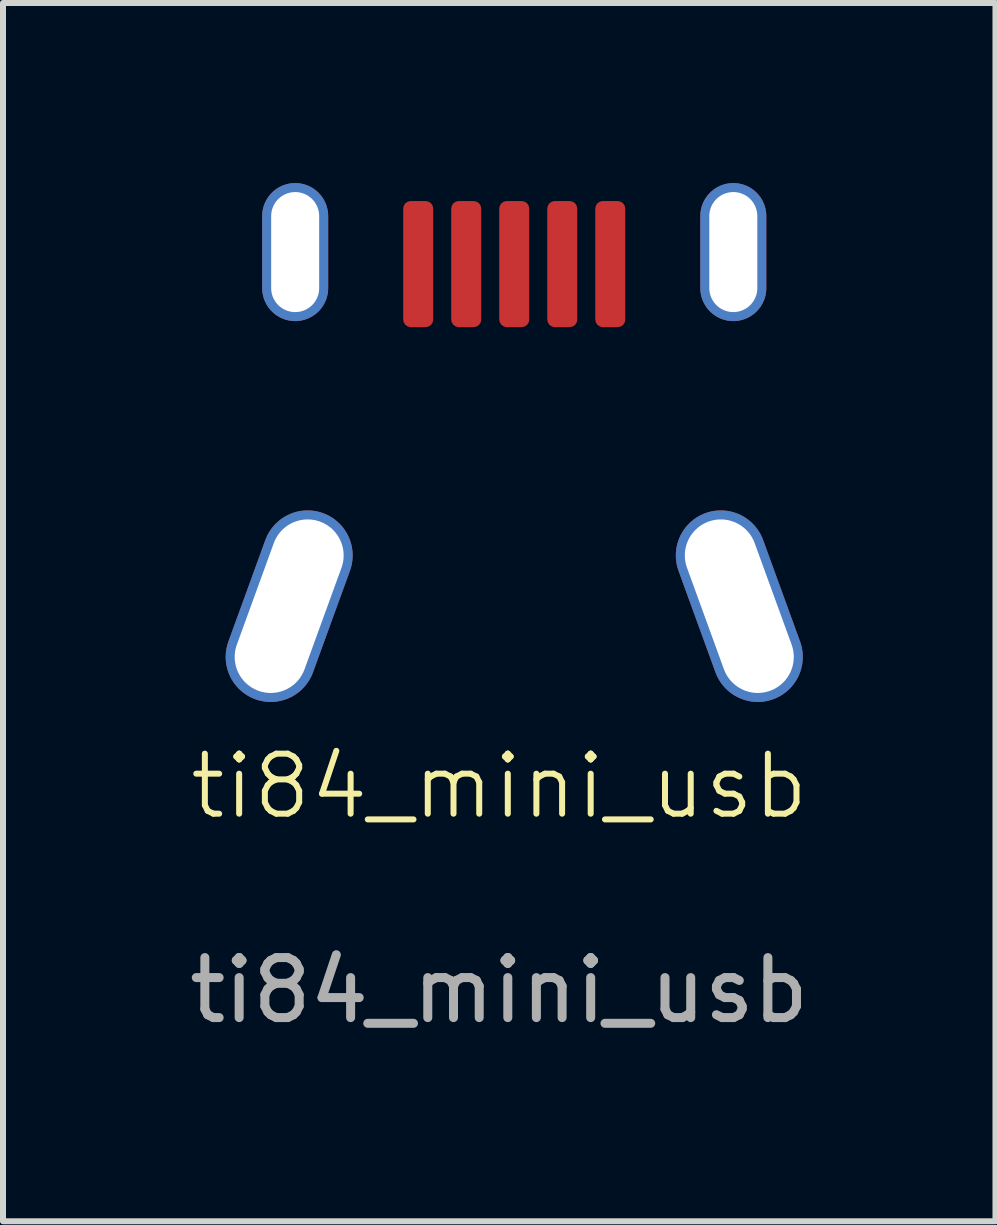
<source format=kicad_pcb>
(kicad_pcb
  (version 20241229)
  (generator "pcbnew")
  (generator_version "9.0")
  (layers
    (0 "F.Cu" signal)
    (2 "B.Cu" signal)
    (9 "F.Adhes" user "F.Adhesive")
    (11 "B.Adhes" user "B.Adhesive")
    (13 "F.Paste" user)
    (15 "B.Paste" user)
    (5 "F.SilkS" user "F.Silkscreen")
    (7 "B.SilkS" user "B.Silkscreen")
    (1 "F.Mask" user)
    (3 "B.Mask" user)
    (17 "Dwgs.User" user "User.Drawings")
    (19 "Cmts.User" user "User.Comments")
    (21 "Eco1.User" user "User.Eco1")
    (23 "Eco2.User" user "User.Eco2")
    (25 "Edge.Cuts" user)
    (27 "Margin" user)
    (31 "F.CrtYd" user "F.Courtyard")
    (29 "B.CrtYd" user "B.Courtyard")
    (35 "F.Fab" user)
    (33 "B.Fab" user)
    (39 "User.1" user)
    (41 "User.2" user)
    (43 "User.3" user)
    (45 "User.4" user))
  (footprint "ti84_mini_usb"
    (layer "F.Cu")
    (at 5.268 10.95)
    (property "Reference" "ti84_mini_usb" (at 0 -0.9 0) (unlocked yes) (layer "F.SilkS") (effects (font (size 1 1) (thickness 0.1))))
    (attr smd)
    (fp_text user "${REFERENCE}" (at 0 2.5 0) (unlocked yes) (layer "F.Fab") (effects (font (size 1 1) (thickness 0.15))))
    (pad "1" smd roundrect (at 1.85 -9.6) (size 0.5 2.1) (layers "F.Cu" "F.Mask" "F.Paste") (roundrect_rratio 0.25))
    (pad "2" smd roundrect (at 1.05 -9.6) (size 0.5 2.1) (layers "F.Cu" "F.Mask" "F.Paste") (roundrect_rratio 0.25))
    (pad "3" smd roundrect (at 0.25 -9.6) (size 0.5 2.1) (layers "F.Cu" "F.Mask" "F.Paste") (roundrect_rratio 0.25))
    (pad "4" smd roundrect (at -0.55 -9.6) (size 0.5 2.1) (layers "F.Cu" "F.Mask" "F.Paste") (roundrect_rratio 0.25))
    (pad "5" smd roundrect (at -1.35 -9.6) (size 0.5 2.1) (layers "F.Cu" "F.Mask" "F.Paste") (roundrect_rratio 0.25))
    (pad "6" thru_hole oval (at -3.5 -3.9 340) (size 1.5 3.3) (drill oval 1.2 3) (layers "*.Cu" "*.Mask"))
    (pad "6" thru_hole oval (at -3.4 -9.8) (size 1.1 2.3) (drill oval 0.8 2) (layers "*.Cu" "*.Mask"))
    (pad "6" thru_hole oval (at 3.9 -9.8) (size 1.1 2.3) (drill oval 0.8 2) (layers "*.Cu" "*.Mask"))
    (pad "6" thru_hole oval (at 4 -3.9 20) (size 1.5 3.3) (drill oval 1.2 3) (layers "*.Cu" "*.Mask")))
  (gr_rect
    (start -3 -3)
    (end 13.536 17.298)
    (stroke (width 0.1) (type default))
    (fill no)
    (layer "Edge.Cuts")))
</source>
